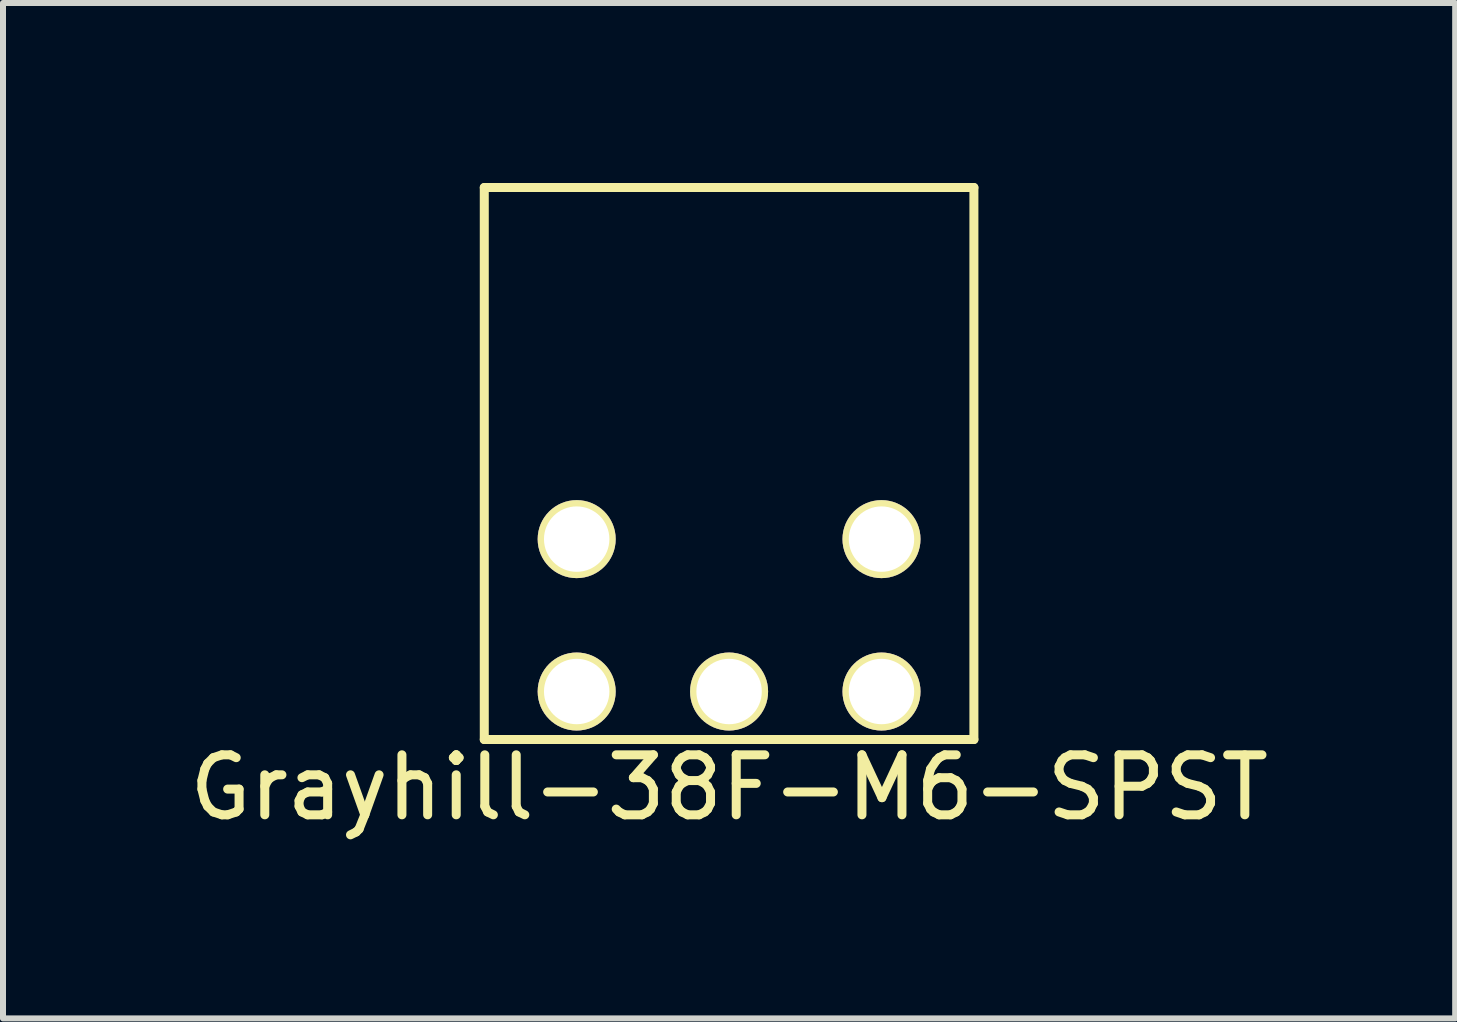
<source format=kicad_pcb>
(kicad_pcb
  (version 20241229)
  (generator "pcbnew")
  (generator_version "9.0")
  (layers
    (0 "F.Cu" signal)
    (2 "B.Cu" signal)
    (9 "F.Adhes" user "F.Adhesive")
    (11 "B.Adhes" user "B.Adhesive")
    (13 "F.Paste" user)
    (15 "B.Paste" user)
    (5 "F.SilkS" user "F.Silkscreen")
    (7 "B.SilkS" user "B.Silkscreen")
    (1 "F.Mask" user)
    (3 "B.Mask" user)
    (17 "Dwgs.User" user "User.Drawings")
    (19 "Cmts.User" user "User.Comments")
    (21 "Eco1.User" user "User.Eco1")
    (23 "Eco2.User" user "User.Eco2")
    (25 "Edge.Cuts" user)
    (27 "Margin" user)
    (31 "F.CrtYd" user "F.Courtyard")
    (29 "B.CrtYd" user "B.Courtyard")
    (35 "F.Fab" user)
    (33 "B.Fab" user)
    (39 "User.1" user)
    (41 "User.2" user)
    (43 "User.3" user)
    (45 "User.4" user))
  (footprint "Grayhill-38F-M6-SPST"
    (layer "F.Cu")
    (at 9.101 8.475)
    (property "Reference" "Grayhill-38F-M6-SPST" (at 0 1.6 0) (layer "F.SilkS") (effects (font (size 1 1) (thickness 0.15))))
    (attr through_hole)
    (fp_line (start -4.08 -8.4) (end 4.08 -8.4) (stroke (width 0.15) (type solid)) (layer "F.SilkS"))
    (fp_line (start -4.08 0.8) (end -4.08 -8.4) (stroke (width 0.15) (type solid)) (layer "F.SilkS"))
    (fp_line (start -4.08 0.8) (end 4.08 0.8) (stroke (width 0.15) (type solid)) (layer "F.SilkS"))
    (fp_line (start 4.08 0.8) (end 4.08 -8.4) (stroke (width 0.15) (type solid)) (layer "F.SilkS"))
    (pad "" np_thru_hole circle (at -2.54 -2.54) (size 1.3 1.3) (drill 1.09) (layers "*.Cu" "*.Mask" "F.SilkS"))
    (pad "" np_thru_hole circle (at 2.54 -2.54) (size 1.3 1.3) (drill 1.09) (layers "*.Cu" "*.Mask" "F.SilkS"))
    (pad "1" thru_hole circle (at -2.54 0) (size 1.3 1.3) (drill 1.09) (layers "*.Cu" "*.Mask" "F.SilkS"))
    (pad "2" thru_hole circle (at 0 0) (size 1.3 1.3) (drill 1.09) (layers "*.Cu" "*.Mask" "F.SilkS"))
    (pad "3" thru_hole circle (at 2.54 0) (size 1.3 1.3) (drill 1.09) (layers "*.Cu" "*.Mask" "F.SilkS")))
  (gr_rect
    (start -3 -3)
    (end 21.202 13.923)
    (stroke (width 0.1) (type default))
    (fill no)
    (layer "Edge.Cuts")))
</source>
